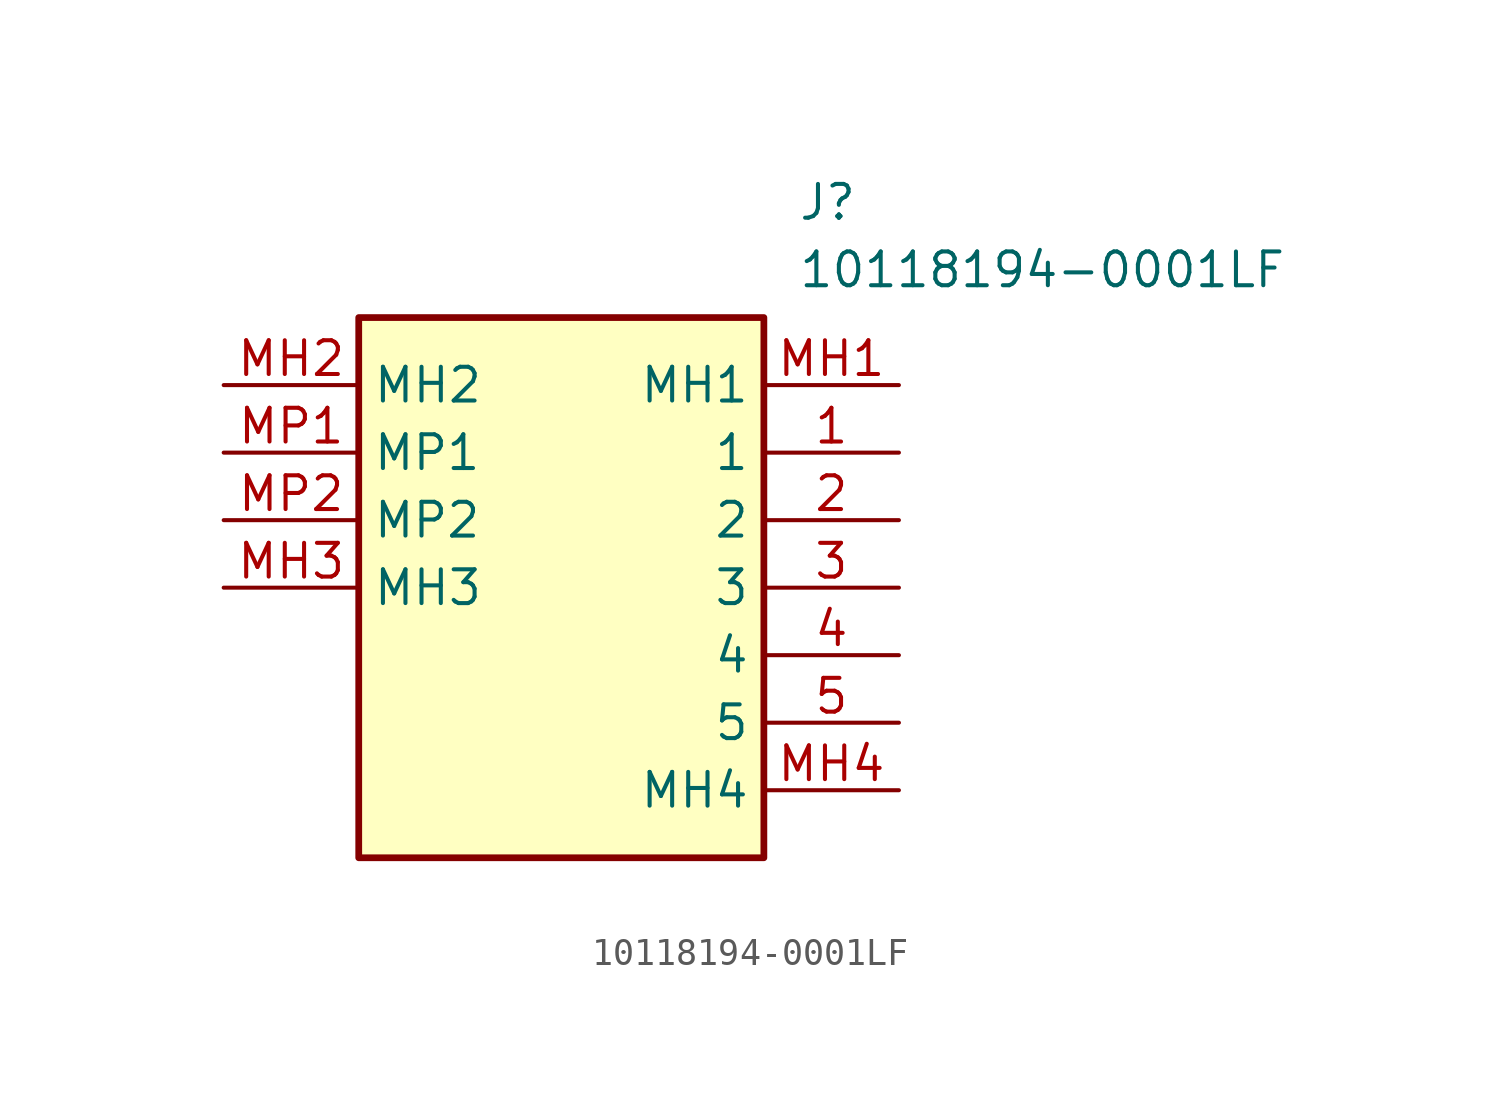
<source format=kicad_sym>
(kicad_symbol_lib
  (version 20241209)
  (generator "kicad_symbol_editor")
  (generator_version "9.0")
  (symbol "10118194-0001LF"
    (property "Reference" "J"
      (at 21.59 7.62 0)
      (effects (font (size 1.27 1.27)) (justify left top)))
    (property "Value" "10118194-0001LF"
      (at 21.59 5.08 0)
      (effects (font (size 1.27 1.27)) (justify left top)))
    (symbol "10118194-0001LF_1_1"
      (rectangle (start 5.08 2.54) (end 20.32 -17.78) (stroke (width 0.254) (type default)) (fill (type background)))
      (pin passive line (at 0 0 0) (length 5.08) (name "MH2" (effects (font (size 1.27 1.27)))) (number "MH2" (effects (font (size 1.27 1.27)))))
      (pin passive line (at 0 -2.54 0) (length 5.08) (name "MP1" (effects (font (size 1.27 1.27)))) (number "MP1" (effects (font (size 1.27 1.27)))))
      (pin passive line (at 0 -5.08 0) (length 5.08) (name "MP2" (effects (font (size 1.27 1.27)))) (number "MP2" (effects (font (size 1.27 1.27)))))
      (pin passive line (at 0 -7.62 0) (length 5.08) (name "MH3" (effects (font (size 1.27 1.27)))) (number "MH3" (effects (font (size 1.27 1.27)))))
      (pin passive line (at 25.4 0 180) (length 5.08) (name "MH1" (effects (font (size 1.27 1.27)))) (number "MH1" (effects (font (size 1.27 1.27)))))
      (pin passive line (at 25.4 -2.54 180) (length 5.08) (name "1" (effects (font (size 1.27 1.27)))) (number "1" (effects (font (size 1.27 1.27)))))
      (pin passive line (at 25.4 -5.08 180) (length 5.08) (name "2" (effects (font (size 1.27 1.27)))) (number "2" (effects (font (size 1.27 1.27)))))
      (pin passive line (at 25.4 -7.62 180) (length 5.08) (name "3" (effects (font (size 1.27 1.27)))) (number "3" (effects (font (size 1.27 1.27)))))
      (pin passive line (at 25.4 -10.16 180) (length 5.08) (name "4" (effects (font (size 1.27 1.27)))) (number "4" (effects (font (size 1.27 1.27)))))
      (pin passive line (at 25.4 -12.7 180) (length 5.08) (name "5" (effects (font (size 1.27 1.27)))) (number "5" (effects (font (size 1.27 1.27)))))
      (pin passive line (at 25.4 -15.24 180) (length 5.08) (name "MH4" (effects (font (size 1.27 1.27)))) (number "MH4" (effects (font (size 1.27 1.27))))))))
</source>
